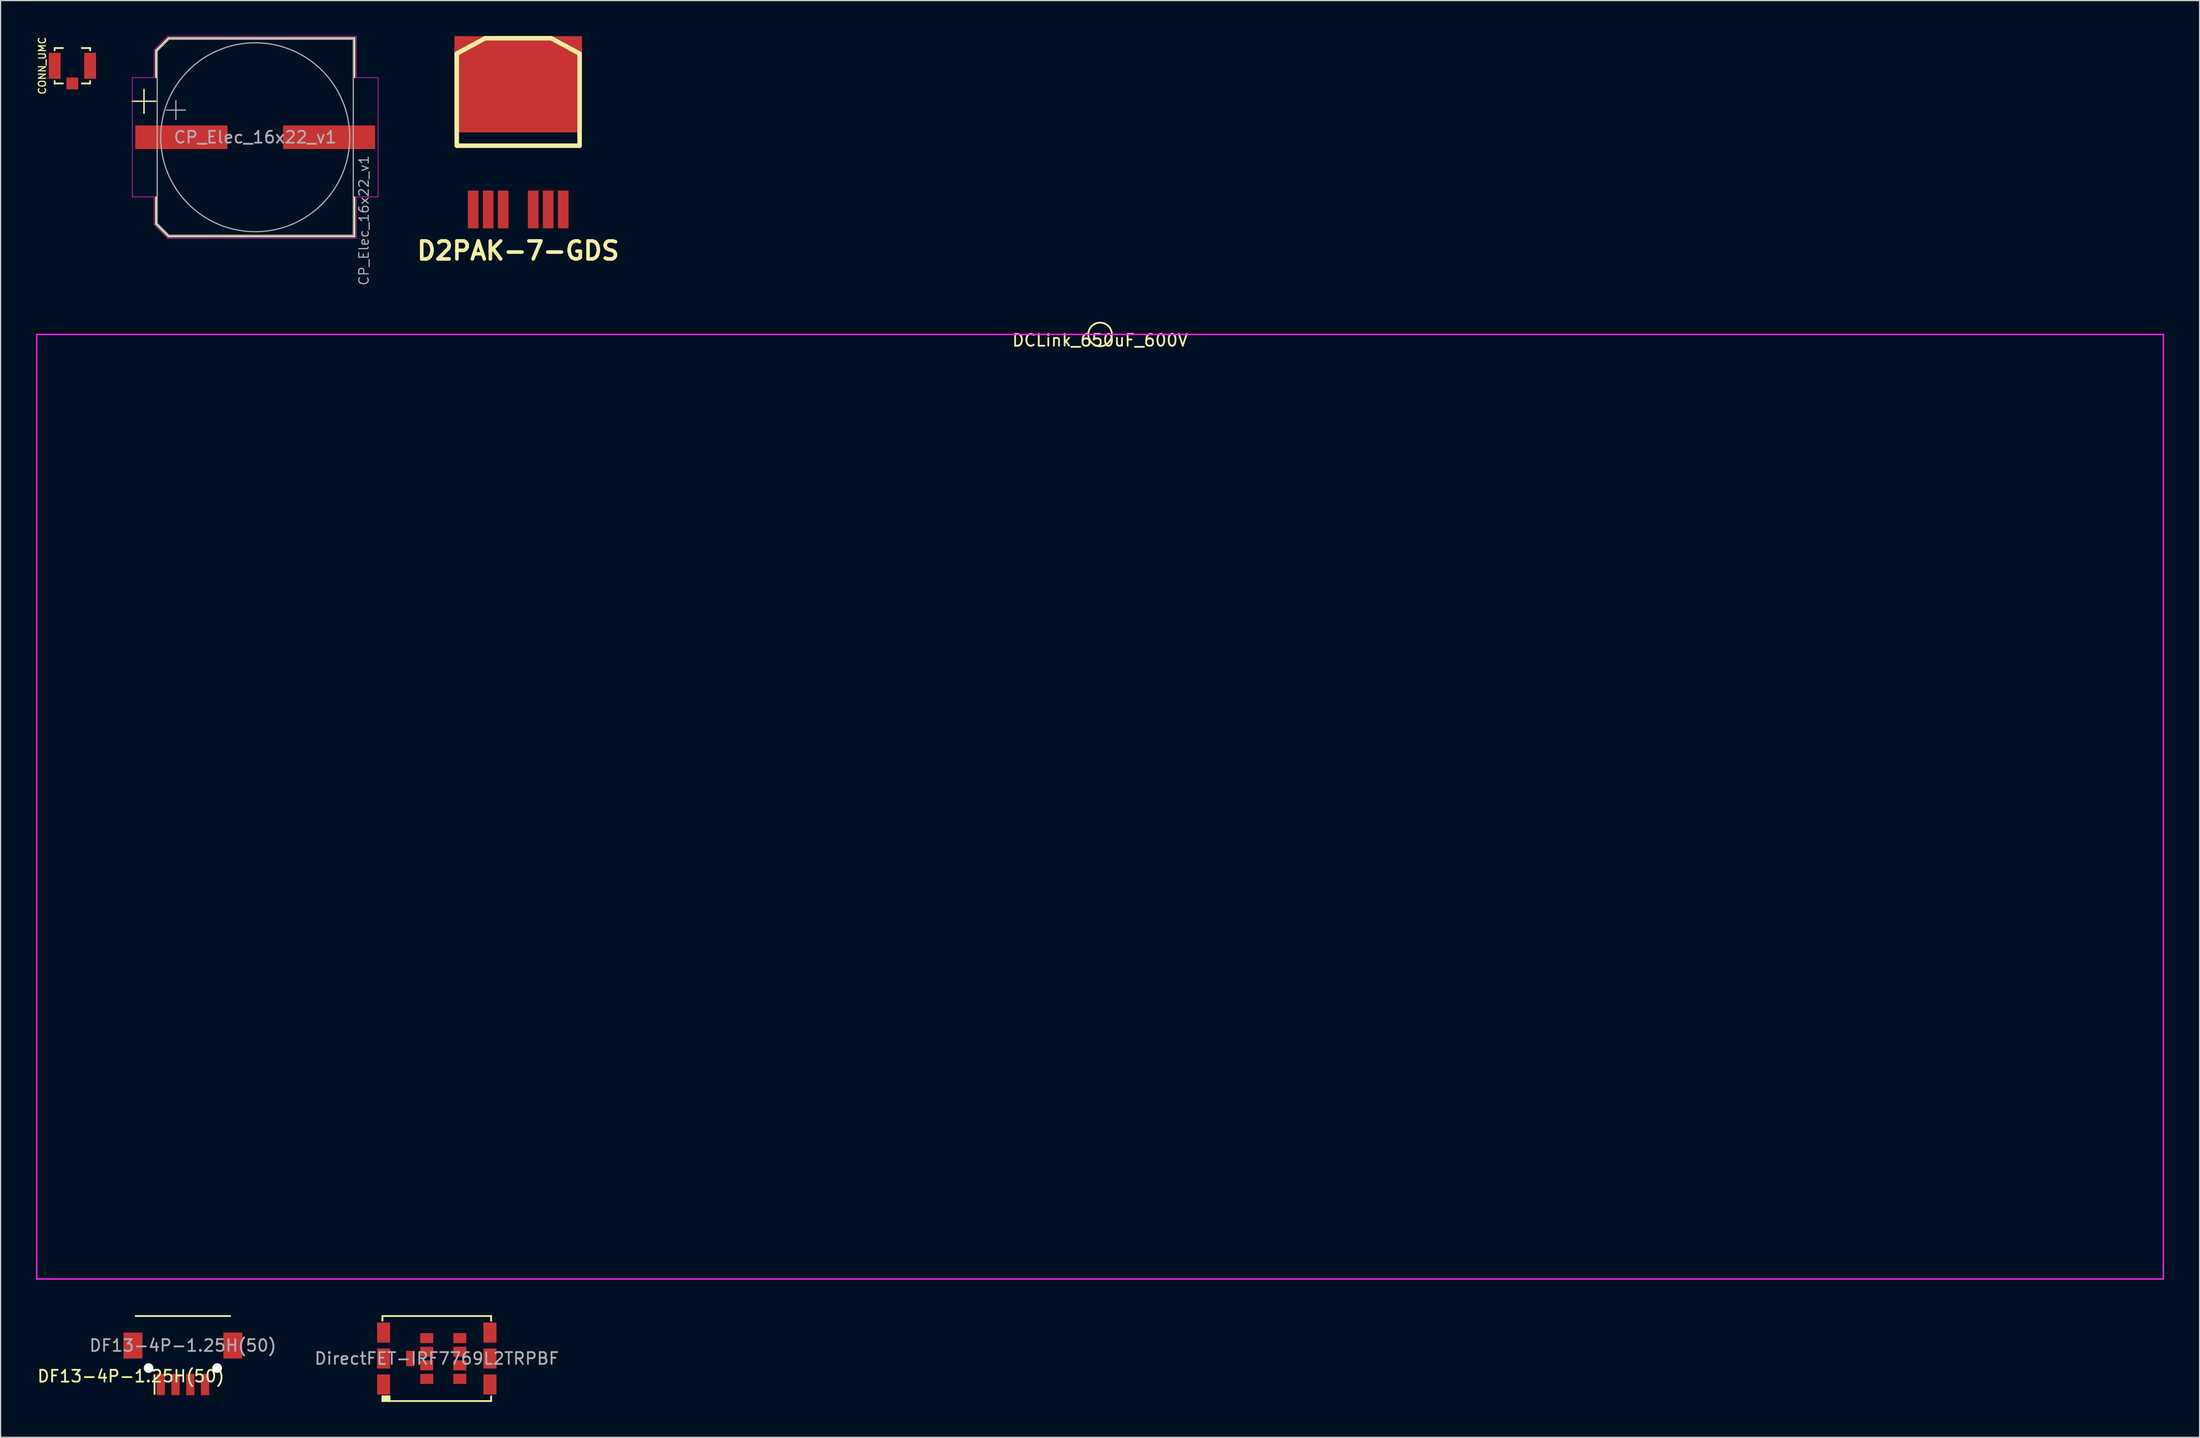
<source format=kicad_pcb>
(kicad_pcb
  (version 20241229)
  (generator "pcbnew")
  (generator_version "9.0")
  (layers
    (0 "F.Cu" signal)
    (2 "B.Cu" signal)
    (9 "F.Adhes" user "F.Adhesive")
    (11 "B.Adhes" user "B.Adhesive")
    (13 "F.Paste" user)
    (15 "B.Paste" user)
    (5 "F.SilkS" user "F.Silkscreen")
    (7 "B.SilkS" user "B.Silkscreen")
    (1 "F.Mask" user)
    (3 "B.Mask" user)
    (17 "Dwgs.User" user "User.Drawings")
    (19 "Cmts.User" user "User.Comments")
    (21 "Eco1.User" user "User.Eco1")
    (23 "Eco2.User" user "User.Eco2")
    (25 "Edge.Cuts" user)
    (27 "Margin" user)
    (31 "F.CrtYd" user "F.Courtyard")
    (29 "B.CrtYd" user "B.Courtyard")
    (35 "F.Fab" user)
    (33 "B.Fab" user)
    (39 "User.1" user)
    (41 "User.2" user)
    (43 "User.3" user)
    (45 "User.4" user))
  (footprint "DirectFET-IRF7769L2TRPBF"
    (layer "F.Cu")
    (at 33.918 112.01)
    (property "Reference" "DirectFET-IRF7769L2TRPBF" (at 0 0 0) (layer "F.Fab") (effects (font (size 1 1) (thickness 0.15))))
    (attr smd)
    (fp_line (start -4.6 -3.6) (end -4.6 -3.2) (stroke (width 0.15) (type solid)) (layer "F.SilkS"))
    (fp_line (start -4.6 -3.6) (end 4.6 -3.6) (stroke (width 0.15) (type solid)) (layer "F.SilkS"))
    (fp_line (start -4.6 3.2) (end -4 3.2) (stroke (width 0.15) (type solid)) (layer "F.SilkS"))
    (fp_line (start -4.6 3.3) (end -4 3.3) (stroke (width 0.15) (type solid)) (layer "F.SilkS"))
    (fp_line (start -4.6 3.4) (end -4.6 3.5) (stroke (width 0.15) (type solid)) (layer "F.SilkS"))
    (fp_line (start -4.6 3.5) (end -4.1 3.5) (stroke (width 0.15) (type solid)) (layer "F.SilkS"))
    (fp_line (start -4.6 3.6) (end -4.6 3.2) (stroke (width 0.15) (type solid)) (layer "F.SilkS"))
    (fp_line (start -4.6 3.6) (end 4.6 3.6) (stroke (width 0.15) (type solid)) (layer "F.SilkS"))
    (fp_line (start -4 3.2) (end -4 3.6) (stroke (width 0.15) (type solid)) (layer "F.SilkS"))
    (fp_line (start -4 3.4) (end -4.6 3.4) (stroke (width 0.15) (type solid)) (layer "F.SilkS"))
    (fp_line (start 4.6 -3.6) (end 4.6 -3.2) (stroke (width 0.15) (type solid)) (layer "F.SilkS"))
    (fp_line (start 4.6 3.6) (end 4.6 3.2) (stroke (width 0.15) (type solid)) (layer "F.SilkS"))
    (pad "D" smd rect (at -4.5 -2.2) (size 1.1 1.7) (layers "F.Cu" "F.Mask" "F.Paste"))
    (pad "D" smd rect (at -4.5 0) (size 1.1 1.7) (layers "F.Cu" "F.Mask" "F.Paste"))
    (pad "D" smd rect (at -4.5 2.2) (size 1.1 1.7) (layers "F.Cu" "F.Mask" "F.Paste"))
    (pad "D" smd rect (at 4.5 -2.2) (size 1.1 1.7) (layers "F.Cu" "F.Mask" "F.Paste"))
    (pad "D" smd rect (at 4.5 0) (size 1.1 1.7) (layers "F.Cu" "F.Mask" "F.Paste"))
    (pad "D" smd rect (at 4.5 2.2) (size 1.1 1.7) (layers "F.Cu" "F.Mask" "F.Paste"))
    (pad "G" smd rect (at -2.25 0) (size 0.7 1.3) (layers "F.Cu" "F.Mask" "F.Paste"))
    (pad "S" smd rect (at -0.85 -1.725) (size 1.1 0.85) (layers "F.Cu" "F.Mask" "F.Paste"))
    (pad "S" smd rect (at -0.85 -0.575) (size 1.1 0.85) (layers "F.Cu" "F.Mask" "F.Paste"))
    (pad "S" smd rect (at -0.85 0.575) (size 1.1 0.85) (layers "F.Cu" "F.Mask" "F.Paste"))
    (pad "S" smd rect (at -0.85 1.725) (size 1.1 0.85) (layers "F.Cu" "F.Mask" "F.Paste"))
    (pad "S" smd rect (at 1.95 -1.725) (size 1.1 0.85) (layers "F.Cu" "F.Mask" "F.Paste"))
    (pad "S" smd rect (at 1.95 -0.575) (size 1.1 0.85) (layers "F.Cu" "F.Mask" "F.Paste"))
    (pad "S" smd rect (at 1.95 0.575) (size 1.1 0.85) (layers "F.Cu" "F.Mask" "F.Paste"))
    (pad "S" smd rect (at 1.95 1.725) (size 1.1 0.85) (layers "F.Cu" "F.Mask" "F.Paste")))
  (footprint "DF13-4P-1.25H(50)"
    (layer "F.Cu")
    (at 12.43 110.91)
    (property "Reference" "DF13-4P-1.25H(50)" (at -4.4 2.6 180) (layer "F.SilkS") (effects (font (size 1 1) (thickness 0.15))))
    (attr through_hole)
    (fp_line (start -4 -2.5) (end 4 -2.5) (stroke (width 0.15) (type solid)) (layer "F.SilkS"))
    (fp_line (start -2.4 2.5) (end -2.4 4.1) (stroke (width 0.15) (type solid)) (layer "F.SilkS"))
    (fp_text user "${REFERENCE}" (at 0 0 0) (layer "F.Fab") (effects (font (size 1 1) (thickness 0.15))))
    (pad "" smd rect (at -4.225 0) (size 1.6 2.2) (layers "F.Cu" "F.Mask" "F.Paste"))
    (pad "" np_thru_hole circle (at -2.9 1.91) (size 0.82 0.82) (drill 0.82) (layers "*.Cu" "*.Mask"))
    (pad "" np_thru_hole circle (at 2.9 1.91) (size 0.82 0.82) (drill 0.82) (layers "*.Cu" "*.Mask"))
    (pad "" smd rect (at 4.225 0) (size 1.6 2.2) (layers "F.Cu" "F.Mask" "F.Paste"))
    (pad "1" smd rect (at -1.875 3.3) (size 0.7 1.8) (layers "F.Cu" "F.Mask" "F.Paste"))
    (pad "2" smd rect (at -0.625 3.3) (size 0.7 1.8) (layers "F.Cu" "F.Mask" "F.Paste"))
    (pad "3" smd rect (at 0.625 3.3) (size 0.7 1.8) (layers "F.Cu" "F.Mask" "F.Paste"))
    (pad "4" smd rect (at 1.875 3.3) (size 0.7 1.8) (layers "F.Cu" "F.Mask" "F.Paste")))
  (footprint "DCLink_650uF_600V"
    (layer "F.Cu")
    (at 90.06 25.275)
    (property "Reference" "DCLink_650uF_600V" (at 0 0.5 0) (layer "F.SilkS") (effects (font (size 1 1) (thickness 0.15))))
    (attr through_hole)
    (fp_circle (center 0 0) (end 0 -1) (stroke (width 0.15) (type solid)) (fill no) (layer "F.SilkS"))
    (fp_line (start -90 0) (end -90 80) (stroke (width 0.12) (type solid)) (layer "F.CrtYd"))
    (fp_line (start -90 80) (end 90 80) (stroke (width 0.12) (type solid)) (layer "F.CrtYd"))
    (fp_line (start 90 0) (end -90 0) (stroke (width 0.12) (type solid)) (layer "F.CrtYd"))
    (fp_line (start 90 80) (end 90 0) (stroke (width 0.12) (type solid)) (layer "F.CrtYd")))
  (footprint "D2PAK-7-GDS"
    (layer "F.Cu")
    (at 40.809 9.99)
    (property "Reference" "D2PAK-7-GDS" (at 0 8.199 0) (layer "F.SilkS") (effects (font (size 1.524 1.524) (thickness 0.305))))
    (attr smd)
    (fp_line (start -5.199 -8.499) (end -2.799 -9.799) (stroke (width 0.381) (type solid)) (layer "F.SilkS"))
    (fp_line (start -5.199 -0.701) (end -5.199 -8.499) (stroke (width 0.381) (type solid)) (layer "F.SilkS"))
    (fp_line (start -2.799 -9.799) (end 2.799 -9.799) (stroke (width 0.381) (type solid)) (layer "F.SilkS"))
    (fp_line (start 2.799 -9.799) (end 5.199 -8.499) (stroke (width 0.381) (type solid)) (layer "F.SilkS"))
    (fp_line (start 5.199 -8.499) (end 5.199 -0.701) (stroke (width 0.381) (type solid)) (layer "F.SilkS"))
    (fp_line (start 5.199 -0.701) (end -5.199 -0.701) (stroke (width 0.381) (type solid)) (layer "F.SilkS"))
    (pad "D" smd rect (at 0 -5.9) (size 10.8 8.151) (layers "F.Cu" "F.Mask" "F.Paste"))
    (pad "G" smd rect (at -3.81 4.702) (size 0.899 3.2) (layers "F.Cu" "F.Mask" "F.Paste"))
    (pad "S" smd rect (at -2.54 4.702) (size 0.899 3.2) (layers "F.Cu" "F.Mask" "F.Paste"))
    (pad "S" smd rect (at -1.27 4.702) (size 0.899 3.2) (layers "F.Cu" "F.Mask" "F.Paste"))
    (pad "S" smd rect (at 1.27 4.702) (size 0.899 3.2) (layers "F.Cu" "F.Mask" "F.Paste"))
    (pad "S" smd rect (at 2.54 4.702) (size 0.899 3.2) (layers "F.Cu" "F.Mask" "F.Paste"))
    (pad "S" smd rect (at 3.81 4.702) (size 0.899 3.2) (layers "F.Cu" "F.Mask" "F.Paste")))
  (footprint "CONN_UMC"
    (layer "F.Cu")
    (at 3.076 2.519)
    (property "Reference" "CONN_UMC" (at -2.55 0 90) (layer "F.SilkS") (effects (font (size 0.6 0.6) (thickness 0.1))))
    (attr through_hole)
    (fp_line (start -1.501 -1.501) (end -1.501 -1.3) (stroke (width 0.15) (type solid)) (layer "F.SilkS"))
    (fp_line (start -1.501 -1.501) (end -0.8 -1.501) (stroke (width 0.15) (type solid)) (layer "F.SilkS"))
    (fp_line (start -1.501 1.501) (end -1.501 1.3) (stroke (width 0.15) (type solid)) (layer "F.SilkS"))
    (fp_line (start -0.8 1.501) (end -1.501 1.501) (stroke (width 0.15) (type solid)) (layer "F.SilkS"))
    (fp_line (start 0.8 -1.501) (end 1.501 -1.501) (stroke (width 0.15) (type solid)) (layer "F.SilkS"))
    (fp_line (start 0.8 1.501) (end 1.501 1.501) (stroke (width 0.15) (type solid)) (layer "F.SilkS"))
    (fp_line (start 1.501 -1.501) (end 1.501 -1.3) (stroke (width 0.15) (type solid)) (layer "F.SilkS"))
    (fp_line (start 1.501 1.501) (end 1.501 1.3) (stroke (width 0.15) (type solid)) (layer "F.SilkS"))
    (pad "1" smd rect (at 0 1.501) (size 1.001 1.001) (layers "F.Cu" "F.Mask" "F.Paste"))
    (pad "2" smd rect (at -1.501 0) (size 1.001 2.2) (layers "F.Cu" "F.Mask" "F.Paste"))
    (pad "2" smd rect (at 1.501 0) (size 1.001 2.2) (layers "F.Cu" "F.Mask" "F.Paste")))
  (footprint "CP_Elec_16x22_v1"
    (layer "F.Cu")
    (at 18.552 8.575)
    (property "Reference" "CP_Elec_16x22_v1" (at 9.2 7.05 90) (layer "F.Fab") (effects (font (size 0.8 0.8) (thickness 0.1))))
    (attr smd)
    (fp_line (start -10.414 -3.048) (end -8.414 -3.048) (stroke (width 0.12) (type solid)) (layer "F.SilkS"))
    (fp_line (start -9.414 -4.048) (end -9.414 -2.048) (stroke (width 0.12) (type solid)) (layer "F.SilkS"))
    (fp_line (start -8.41 -7.346) (end -8.41 -5.06) (stroke (width 0.12) (type solid)) (layer "F.SilkS"))
    (fp_line (start -8.41 -7.346) (end -7.346 -8.41) (stroke (width 0.12) (type solid)) (layer "F.SilkS"))
    (fp_line (start -8.41 7.346) (end -8.41 5.06) (stroke (width 0.12) (type solid)) (layer "F.SilkS"))
    (fp_line (start -8.41 7.346) (end -7.346 8.41) (stroke (width 0.12) (type solid)) (layer "F.SilkS"))
    (fp_line (start -7.346 -8.41) (end 8.41 -8.41) (stroke (width 0.12) (type solid)) (layer "F.SilkS"))
    (fp_line (start -7.346 8.41) (end 8.41 8.41) (stroke (width 0.12) (type solid)) (layer "F.SilkS"))
    (fp_line (start 8.41 -8.41) (end 8.41 -5.06) (stroke (width 0.12) (type solid)) (layer "F.SilkS"))
    (fp_line (start 8.41 8.41) (end 8.41 5.06) (stroke (width 0.12) (type solid)) (layer "F.SilkS"))
    (fp_line (start -10.4 -5.05) (end -10.4 5.05) (stroke (width 0.05) (type solid)) (layer "F.CrtYd"))
    (fp_line (start -10.4 5.05) (end -8.55 5.05) (stroke (width 0.05) (type solid)) (layer "F.CrtYd"))
    (fp_line (start -8.55 -7.4) (end -8.55 -5.05) (stroke (width 0.05) (type solid)) (layer "F.CrtYd"))
    (fp_line (start -8.55 -7.4) (end -7.4 -8.55) (stroke (width 0.05) (type solid)) (layer "F.CrtYd"))
    (fp_line (start -8.55 -5.05) (end -10.4 -5.05) (stroke (width 0.05) (type solid)) (layer "F.CrtYd"))
    (fp_line (start -8.55 5.05) (end -8.55 7.4) (stroke (width 0.05) (type solid)) (layer "F.CrtYd"))
    (fp_line (start -8.55 7.4) (end -7.4 8.55) (stroke (width 0.05) (type solid)) (layer "F.CrtYd"))
    (fp_line (start -7.4 -8.55) (end 8.55 -8.55) (stroke (width 0.05) (type solid)) (layer "F.CrtYd"))
    (fp_line (start -7.4 8.55) (end 8.55 8.55) (stroke (width 0.05) (type solid)) (layer "F.CrtYd"))
    (fp_line (start 8.55 -8.55) (end 8.55 -5.05) (stroke (width 0.05) (type solid)) (layer "F.CrtYd"))
    (fp_line (start 8.55 -5.05) (end 10.4 -5.05) (stroke (width 0.05) (type solid)) (layer "F.CrtYd"))
    (fp_line (start 8.55 5.05) (end 8.55 8.55) (stroke (width 0.05) (type solid)) (layer "F.CrtYd"))
    (fp_line (start 10.4 -5.05) (end 10.4 5.05) (stroke (width 0.05) (type solid)) (layer "F.CrtYd"))
    (fp_line (start 10.4 5.05) (end 8.55 5.05) (stroke (width 0.05) (type solid)) (layer "F.CrtYd"))
    (fp_line (start -8.3 -7.3) (end -8.3 7.3) (stroke (width 0.1) (type solid)) (layer "F.Fab"))
    (fp_line (start -8.3 -7.3) (end -7.3 -8.3) (stroke (width 0.1) (type solid)) (layer "F.Fab"))
    (fp_line (start -8.3 7.3) (end -7.3 8.3) (stroke (width 0.1) (type solid)) (layer "F.Fab"))
    (fp_line (start -7.517 -2.3) (end -5.917 -2.3) (stroke (width 0.1) (type solid)) (layer "F.Fab"))
    (fp_line (start -7.3 -8.3) (end 8.3 -8.3) (stroke (width 0.1) (type solid)) (layer "F.Fab"))
    (fp_line (start -7.3 8.3) (end 8.3 8.3) (stroke (width 0.1) (type solid)) (layer "F.Fab"))
    (fp_line (start -6.717 -3.1) (end -6.717 -1.5) (stroke (width 0.1) (type solid)) (layer "F.Fab"))
    (fp_line (start 8.3 -8.3) (end 8.3 8.3) (stroke (width 0.1) (type solid)) (layer "F.Fab"))
    (fp_circle (center 0 0) (end 8 0) (stroke (width 0.1) (type solid)) (fill no) (layer "F.Fab"))
    (fp_text user "${REFERENCE}" (at 0 0 0) (layer "F.Fab") (effects (font (size 1 1) (thickness 0.15))))
    (pad "1" smd roundrect (at -6.25 0) (size 7.8 2) (layers "F.Cu" "F.Mask" "F.Paste") (roundrect_rratio 0.032))
    (pad "2" smd roundrect (at 6.25 0) (size 7.8 2) (layers "F.Cu" "F.Mask" "F.Paste") (roundrect_rratio 0.032)))
  (gr_rect
    (start -3 -3)
    (end 183.12 118.685)
    (stroke (width 0.1) (type default))
    (fill no)
    (layer "Edge.Cuts")))
</source>
